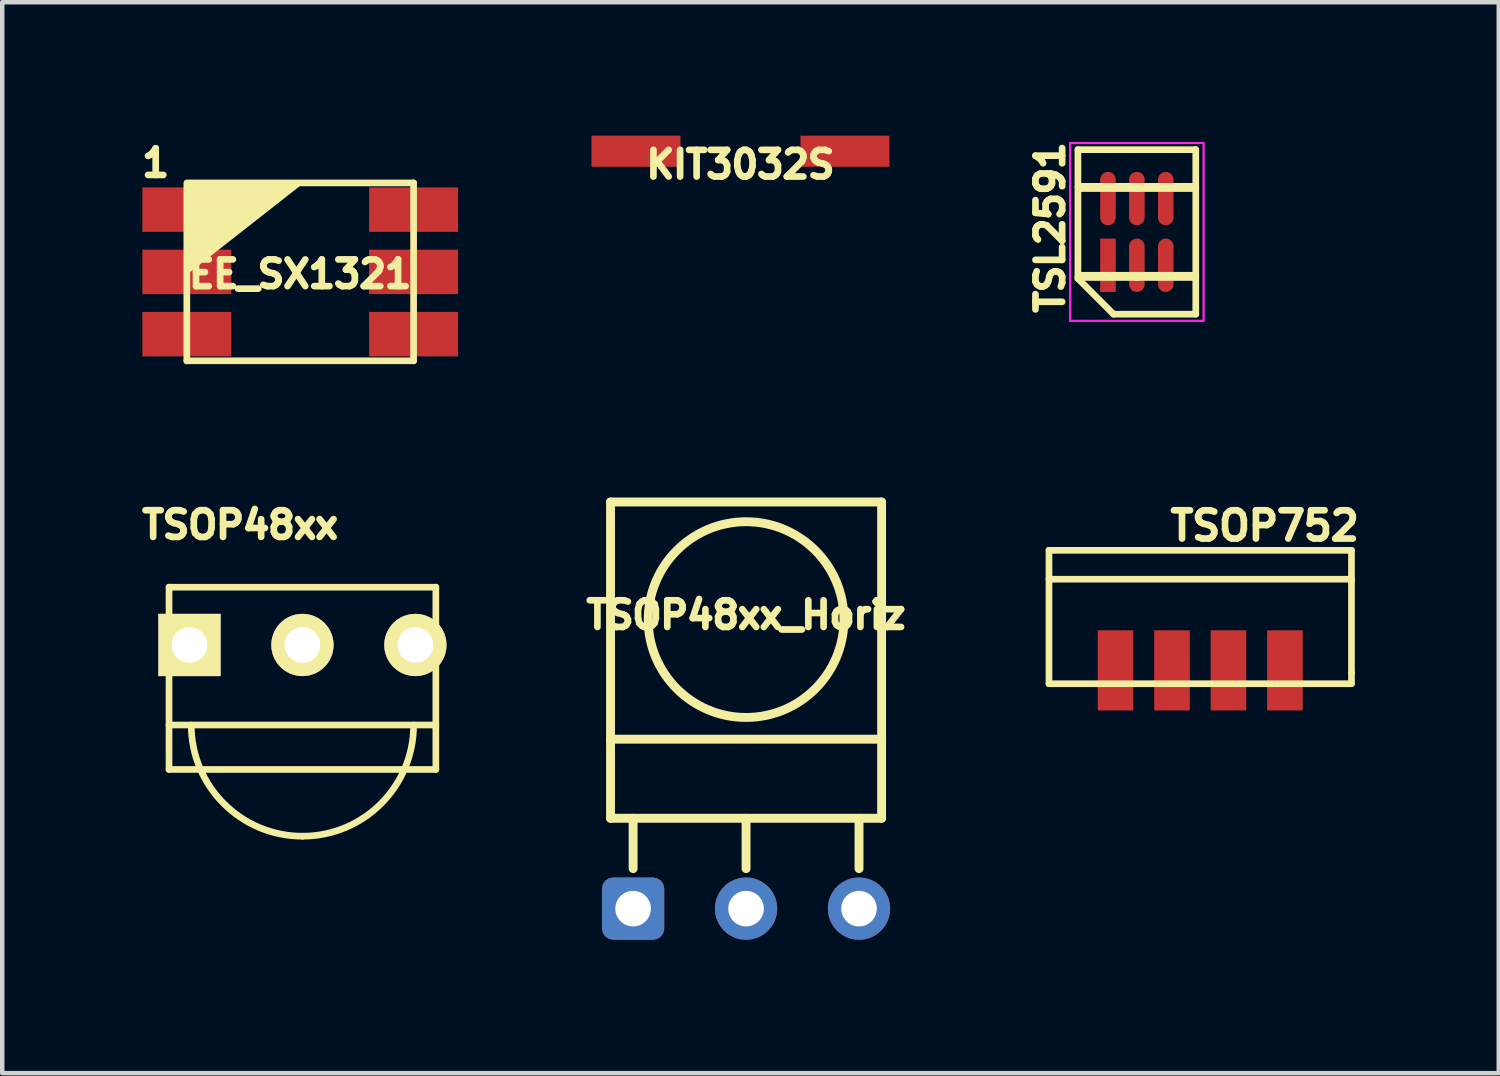
<source format=kicad_pcb>
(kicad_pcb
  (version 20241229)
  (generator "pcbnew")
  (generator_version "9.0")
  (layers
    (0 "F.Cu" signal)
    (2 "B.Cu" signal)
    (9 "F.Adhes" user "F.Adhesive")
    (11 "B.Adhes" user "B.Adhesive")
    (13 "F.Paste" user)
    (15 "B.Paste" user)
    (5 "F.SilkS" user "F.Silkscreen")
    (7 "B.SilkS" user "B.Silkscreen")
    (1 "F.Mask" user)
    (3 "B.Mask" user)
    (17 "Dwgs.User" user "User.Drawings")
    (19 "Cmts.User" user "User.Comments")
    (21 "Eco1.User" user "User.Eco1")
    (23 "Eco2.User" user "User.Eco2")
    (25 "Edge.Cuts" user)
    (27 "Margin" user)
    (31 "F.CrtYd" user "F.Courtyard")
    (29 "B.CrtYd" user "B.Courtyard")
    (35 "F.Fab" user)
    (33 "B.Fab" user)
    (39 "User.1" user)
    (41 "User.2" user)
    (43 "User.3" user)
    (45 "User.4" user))
  (footprint "TSOP48xx_Horiz"
    (layer "F.Cu")
    (at 13.727 17.383)
    (property "Reference" "TSOP48xx_Horiz" (at 0 -6.604 0) (layer "F.SilkS") (effects (font (size 0.6 0.6) (thickness 0.15))))
    (attr through_hole)
    (fp_line (start -3.048 -9.144) (end 3.048 -9.144) (stroke (width 0.2) (type solid)) (layer "F.SilkS"))
    (fp_line (start -3.048 -3.81) (end 3.048 -3.81) (stroke (width 0.2) (type solid)) (layer "F.SilkS"))
    (fp_line (start -3.048 -2.032) (end -3.048 -9.144) (stroke (width 0.2) (type solid)) (layer "F.SilkS"))
    (fp_line (start -3.048 -2.032) (end 3.048 -2.032) (stroke (width 0.2) (type solid)) (layer "F.SilkS"))
    (fp_line (start -2.54 -2.032) (end -2.54 -0.9) (stroke (width 0.2) (type solid)) (layer "F.SilkS"))
    (fp_line (start 0 -2.032) (end 0 -0.9) (stroke (width 0.2) (type solid)) (layer "F.SilkS"))
    (fp_line (start 2.54 -2.032) (end 2.54 -0.9) (stroke (width 0.2) (type solid)) (layer "F.SilkS"))
    (fp_line (start 3.048 -9.144) (end 3.048 -2.032) (stroke (width 0.2) (type solid)) (layer "F.SilkS"))
    (fp_circle (center 0 -6.5) (end 2.2 -6.56) (stroke (width 0.2) (type solid)) (fill no) (layer "F.SilkS"))
    (pad "1" thru_hole roundrect (at -2.54 0) (size 1.4 1.4) (drill 0.8) (layers "*.Cu" "*.Mask") (roundrect_rratio 0.18))
    (pad "2" thru_hole circle (at 0 0) (size 1.4 1.4) (drill 0.8) (layers "*.Cu" "*.Mask"))
    (pad "3" thru_hole circle (at 2.54 0) (size 1.4 1.4) (drill 0.8) (layers "*.Cu" "*.Mask")))
  (footprint "TSOP752"
    (layer "F.Cu")
    (at 23.94 12.025)
    (property "Reference" "TSOP752" (at 1.45 -3.251 0) (layer "F.SilkS") (effects (font (size 0.635 0.635) (thickness 0.15))))
    (attr through_hole)
    (fp_line (start -3.401 -2.7) (end -3.401 0.3) (stroke (width 0.15) (type solid)) (layer "F.SilkS"))
    (fp_line (start -3.401 -2.7) (end 3.401 -2.7) (stroke (width 0.15) (type solid)) (layer "F.SilkS"))
    (fp_line (start -3.401 -2.05) (end 3.401 -2.05) (stroke (width 0.15) (type solid)) (layer "F.SilkS"))
    (fp_line (start 3.401 -2.7) (end 3.401 -1.999) (stroke (width 0.15) (type solid)) (layer "F.SilkS"))
    (fp_line (start 3.401 -1.999) (end 3.401 0.051) (stroke (width 0.15) (type solid)) (layer "F.SilkS"))
    (fp_line (start 3.401 0.051) (end 3.401 0.3) (stroke (width 0.15) (type solid)) (layer "F.SilkS"))
    (fp_line (start 3.401 0.3) (end -3.401 0.3) (stroke (width 0.15) (type solid)) (layer "F.SilkS"))
    (pad "1" smd rect (at -1.905 0) (size 0.8 1.801) (layers "F.Cu" "F.Mask" "F.Paste"))
    (pad "2" smd rect (at -0.635 0) (size 0.8 1.801) (layers "F.Cu" "F.Mask" "F.Paste"))
    (pad "3" smd rect (at 0.635 0) (size 0.8 1.801) (layers "F.Cu" "F.Mask" "F.Paste"))
    (pad "4" smd rect (at 1.905 0) (size 0.8 1.801) (layers "F.Cu" "F.Mask" "F.Paste")))
  (footprint "TSOP48xx"
    (layer "F.Cu")
    (at 3.751 11.454)
    (property "Reference" "TSOP48xx" (at -1.4 -2.7 0) (layer "F.SilkS") (effects (font (size 0.6 0.6) (thickness 0.15))))
    (attr through_hole)
    (fp_line (start -3 -1.3) (end 3 -1.3) (stroke (width 0.15) (type solid)) (layer "F.SilkS"))
    (fp_line (start -3 0) (end -3 -1.3) (stroke (width 0.15) (type solid)) (layer "F.SilkS"))
    (fp_line (start -3 1.8) (end 3 1.8) (stroke (width 0.15) (type solid)) (layer "F.SilkS"))
    (fp_line (start -3 2.8) (end -3 0) (stroke (width 0.15) (type solid)) (layer "F.SilkS"))
    (fp_line (start 3 -1.3) (end 3 0) (stroke (width 0.15) (type solid)) (layer "F.SilkS"))
    (fp_line (start 3 0) (end 3 2.8) (stroke (width 0.15) (type solid)) (layer "F.SilkS"))
    (fp_line (start 3 2.8) (end -3 2.8) (stroke (width 0.15) (type solid)) (layer "F.SilkS"))
    (fp_arc (start 0 4.3) (mid -1.767767 3.567767) (end -2.5 1.8) (stroke (width 0.15) (type solid)) (layer "F.SilkS"))
    (fp_arc (start 2.5 1.8) (mid 1.767767 3.567767) (end 0 4.3) (stroke (width 0.15) (type solid)) (layer "F.SilkS"))
    (pad "1" thru_hole rect (at -2.54 0) (size 1.4 1.4) (drill 0.8) (layers "*.Cu" "*.Mask" "F.SilkS"))
    (pad "2" thru_hole circle (at 0 0) (size 1.4 1.4) (drill 0.8) (layers "*.Cu" "*.Mask" "F.SilkS"))
    (pad "3" thru_hole circle (at 2.54 0) (size 1.4 1.4) (drill 0.8) (layers "*.Cu" "*.Mask" "F.SilkS")))
  (footprint "TSL2591"
    (layer "F.Cu")
    (at 22.515 2.165)
    (property "Reference" "TSL2591" (at -1.95 -0.1 90) (layer "F.SilkS") (effects (font (size 0.6 0.6) (thickness 0.15))))
    (attr smd)
    (fp_line (start -1.325 -1.85) (end 1.325 -1.85) (stroke (width 0.15) (type solid)) (layer "F.SilkS"))
    (fp_line (start -1.325 1.05) (end -1.325 -1.85) (stroke (width 0.15) (type solid)) (layer "F.SilkS"))
    (fp_line (start -0.525 1.85) (end -1.325 1.05) (stroke (width 0.15) (type solid)) (layer "F.SilkS"))
    (fp_line (start 0 -1) (end -1.3 -1) (stroke (width 0.2) (type solid)) (layer "F.SilkS"))
    (fp_line (start 0 -1) (end 1.3 -1) (stroke (width 0.2) (type solid)) (layer "F.SilkS"))
    (fp_line (start 0 1) (end -1.3 1) (stroke (width 0.2) (type solid)) (layer "F.SilkS"))
    (fp_line (start 0 1) (end 1.3 1) (stroke (width 0.2) (type solid)) (layer "F.SilkS"))
    (fp_line (start 1.325 -1.85) (end 1.325 1.85) (stroke (width 0.15) (type solid)) (layer "F.SilkS"))
    (fp_line (start 1.325 1.85) (end -0.525 1.85) (stroke (width 0.15) (type solid)) (layer "F.SilkS"))
    (fp_line (start -1.5 -2) (end 1.5 -2) (stroke (width 0.05) (type solid)) (layer "F.CrtYd"))
    (fp_line (start -1.5 2) (end -1.5 -2) (stroke (width 0.05) (type solid)) (layer "F.CrtYd"))
    (fp_line (start 1.5 -2) (end 1.5 2) (stroke (width 0.05) (type solid)) (layer "F.CrtYd"))
    (fp_line (start 1.5 2) (end -1.5 2) (stroke (width 0.05) (type solid)) (layer "F.CrtYd"))
    (pad "1" smd rect (at -0.65 0.75) (size 0.35 1.2) (layers "F.Cu" "F.Mask" "F.Paste"))
    (pad "2" smd oval (at 0 0.75) (size 0.35 1.2) (layers "F.Cu" "F.Mask" "F.Paste"))
    (pad "3" smd oval (at 0.65 0.75) (size 0.35 1.2) (layers "F.Cu" "F.Mask" "F.Paste"))
    (pad "4" smd oval (at 0.65 -0.75) (size 0.35 1.2) (layers "F.Cu" "F.Mask" "F.Paste"))
    (pad "5" smd oval (at 0 -0.75) (size 0.35 1.2) (layers "F.Cu" "F.Mask" "F.Paste"))
    (pad "6" smd oval (at -0.65 -0.75) (size 0.35 1.2) (layers "F.Cu" "F.Mask" "F.Paste")))
  (footprint "EE_SX1321"
    (layer "F.Cu")
    (at 3.701 3.064)
    (property "Reference" "EE_SX1321" (at 0 0.05 0) (layer "F.SilkS") (effects (font (size 0.6 0.6) (thickness 0.15))))
    (attr through_hole)
    (fp_line (start -2.55 -2) (end 2.55 -2) (stroke (width 0.15) (type solid)) (layer "F.SilkS"))
    (fp_line (start -2.55 2) (end -2.55 -1.95) (stroke (width 0.15) (type solid)) (layer "F.SilkS"))
    (fp_line (start 2.55 -2) (end 2.55 2) (stroke (width 0.15) (type solid)) (layer "F.SilkS"))
    (fp_line (start 2.55 2) (end -2.55 2) (stroke (width 0.15) (type solid)) (layer "F.SilkS"))
    (fp_poly (pts (xy -2.55 -2) (xy 0 -2) (xy -2.55 0)) (stroke (width 0.1) (type solid)) (fill yes) (layer "F.SilkS"))
    (fp_text user "1" (at -3.25 -2.45 0) (layer "F.SilkS") (effects (font (size 0.6 0.6) (thickness 0.15))))
    (pad "1" smd rect (at -2.55 -1.4) (size 2 1) (layers "F.Cu" "F.Mask" "F.Paste"))
    (pad "2" smd rect (at -2.55 0) (size 2 1) (layers "F.Cu" "F.Mask" "F.Paste"))
    (pad "3" smd rect (at -2.55 1.4) (size 2 1) (layers "F.Cu" "F.Mask" "F.Paste"))
    (pad "4" smd rect (at 2.55 1.4) (size 2 1) (layers "F.Cu" "F.Mask" "F.Paste"))
    (pad "5" smd rect (at 2.55 0) (size 2 1) (layers "F.Cu" "F.Mask" "F.Paste"))
    (pad "6" smd rect (at 2.55 -1.4) (size 2 1) (layers "F.Cu" "F.Mask" "F.Paste")))
  (footprint "KIT3032S"
    (layer "F.Cu")
    (at 13.601 0.35)
    (property "Reference" "KIT3032S" (at 0 0.3 0) (layer "F.SilkS") (effects (font (size 0.6 0.6) (thickness 0.15))))
    (attr through_hole)
    (pad "2" smd rect (at -2.35 0) (size 2 0.7) (layers "F.Cu" "F.Mask" "F.Paste"))
    (pad "5" smd rect (at 2.35 0) (size 2 0.7) (layers "F.Cu" "F.Mask" "F.Paste")))
  (gr_rect
    (start -3 -3)
    (end 30.653 21.083)
    (stroke (width 0.1) (type default))
    (fill no)
    (layer "Edge.Cuts")))
</source>
